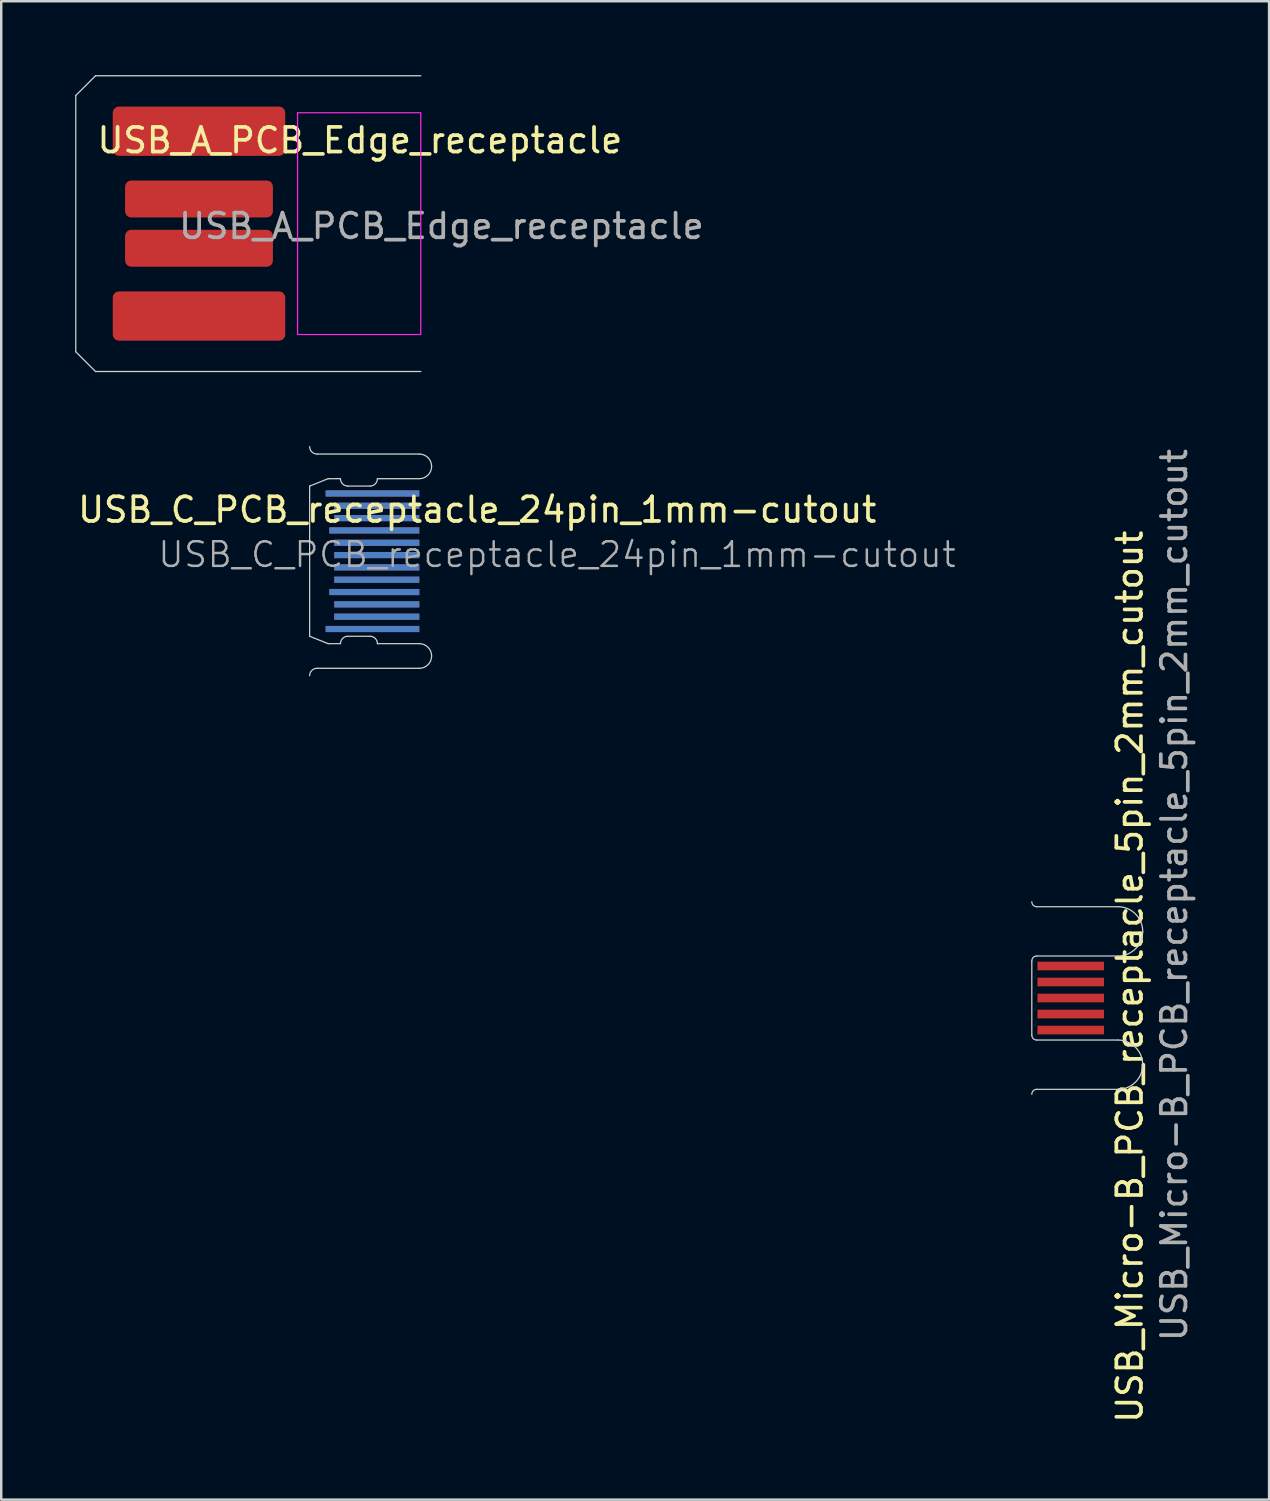
<source format=kicad_pcb>
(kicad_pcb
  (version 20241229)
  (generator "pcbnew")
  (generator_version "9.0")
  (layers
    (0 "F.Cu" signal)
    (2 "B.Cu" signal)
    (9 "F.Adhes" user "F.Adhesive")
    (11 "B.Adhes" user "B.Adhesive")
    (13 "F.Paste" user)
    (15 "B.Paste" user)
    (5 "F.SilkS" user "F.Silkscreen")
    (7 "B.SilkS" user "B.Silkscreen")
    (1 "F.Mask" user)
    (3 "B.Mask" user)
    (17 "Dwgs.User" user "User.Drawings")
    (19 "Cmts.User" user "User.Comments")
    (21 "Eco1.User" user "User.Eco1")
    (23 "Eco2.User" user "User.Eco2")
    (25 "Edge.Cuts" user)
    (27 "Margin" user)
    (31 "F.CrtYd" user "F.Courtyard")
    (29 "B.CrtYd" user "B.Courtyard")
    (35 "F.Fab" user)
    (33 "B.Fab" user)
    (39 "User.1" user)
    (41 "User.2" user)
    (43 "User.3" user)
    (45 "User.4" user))
  (footprint "USB_A_PCB_Edge_receptacle"
    (layer "F.Cu")
    (at 5.025 6.025)
    (property "Reference" "USB_A_PCB_Edge_receptacle" (at 6.53 -3.38 0) (layer "F.SilkS") (effects (font (size 1 1) (thickness 0.15))))
    (attr smd)
    (fp_line (start -5 -5.2) (end -5 5.2) (stroke (width 0.05) (type default)) (layer "Edge.Cuts"))
    (fp_line (start -5 -5.2) (end -4.2 -6) (stroke (width 0.05) (type default)) (layer "Edge.Cuts"))
    (fp_line (start -5 5.2) (end -4.2 6) (stroke (width 0.05) (type default)) (layer "Edge.Cuts"))
    (fp_line (start 9 -6) (end -4.2 -6) (stroke (width 0.05) (type default)) (layer "Edge.Cuts"))
    (fp_line (start 9 6) (end -4.2 6) (stroke (width 0.05) (type default)) (layer "Edge.Cuts"))
    (fp_rect (start 4 -4.5) (end 9 4.5) (stroke (width 0.05) (type default)) (fill no) (layer "F.CrtYd"))
    (fp_text user "${REFERENCE}" (at 9.84 0.1 180) (layer "F.Fab") (effects (font (size 1 1) (thickness 0.15))))
    (pad "1" smd roundrect (at 0 3.75) (size 7 2) (layers "F.Cu" "F.Mask" "F.Paste") (roundrect_rratio 0.125))
    (pad "2" smd roundrect (at 0 1) (size 6 1.5) (layers "F.Cu" "F.Mask" "F.Paste") (roundrect_rratio 0.167))
    (pad "3" smd roundrect (at 0 -1) (size 6 1.5) (layers "F.Cu" "F.Mask" "F.Paste") (roundrect_rratio 0.167))
    (pad "4" smd roundrect (at 0 -3.75) (size 7 2) (layers "F.Cu" "F.Mask" "F.Paste") (roundrect_rratio 0.125)))
  (footprint "USB_C_PCB_receptacle_24pin_1mm-cutout"
    (layer "F.Cu")
    (at 12.065 19.725)
    (property "Reference" "USB_C_PCB_receptacle_24pin_1mm-cutout" (at 4.25 -2.09 0) (layer "F.SilkS") (effects (font (size 1 1) (thickness 0.15))))
    (attr smd)
    (fp_line (start -2.55 -3.05) (end -2.55 3.045) (stroke (width 0.05) (type default)) (layer "Edge.Cuts"))
    (fp_line (start -2.55 -3.05) (end -1.8 -3.35) (stroke (width 0.05) (type default)) (layer "Edge.Cuts"))
    (fp_line (start -2.55 3.045) (end -1.8 3.345) (stroke (width 0.05) (type default)) (layer "Edge.Cuts"))
    (fp_line (start -2.25 4.345) (end 1.9 4.345) (stroke (width 0.05) (type default)) (layer "Edge.Cuts"))
    (fp_line (start -1.8 -3.35) (end -1.3 -3.35) (stroke (width 0.05) (type default)) (layer "Edge.Cuts"))
    (fp_line (start -1.3 3.345) (end -1.8 3.345) (stroke (width 0.05) (type default)) (layer "Edge.Cuts"))
    (fp_line (start -1 -3.05) (end -0.1 -3.05) (stroke (width 0.05) (type default)) (layer "Edge.Cuts"))
    (fp_line (start -0.1 3.045) (end -1 3.045) (stroke (width 0.05) (type default)) (layer "Edge.Cuts"))
    (fp_line (start 1.9 -4.35) (end -2.25 -4.35) (stroke (width 0.05) (type default)) (layer "Edge.Cuts"))
    (fp_line (start 1.9 -3.35) (end 0.2 -3.35) (stroke (width 0.05) (type default)) (layer "Edge.Cuts"))
    (fp_line (start 1.9 3.345) (end 0.2 3.345) (stroke (width 0.05) (type default)) (layer "Edge.Cuts"))
    (fp_arc (start -2.55 4.645) (mid -2.462132 4.432868) (end -2.25 4.345) (stroke (width 0.05) (type default)) (layer "Edge.Cuts"))
    (fp_arc (start -2.25 -4.35) (mid -2.462132 -4.437868) (end -2.55 -4.65) (stroke (width 0.05) (type default)) (layer "Edge.Cuts"))
    (fp_arc (start -1.3 3.345) (mid -1.212132 3.132868) (end -1 3.045) (stroke (width 0.05) (type default)) (layer "Edge.Cuts"))
    (fp_arc (start -1 -3.05) (mid -1.212132 -3.137868) (end -1.3 -3.35) (stroke (width 0.05) (type default)) (layer "Edge.Cuts"))
    (fp_arc (start -0.1 3.045) (mid 0.112132 3.132868) (end 0.2 3.345) (stroke (width 0.05) (type default)) (layer "Edge.Cuts"))
    (fp_arc (start 0.2 -3.35) (mid 0.112132 -3.137868) (end -0.1 -3.05) (stroke (width 0.05) (type default)) (layer "Edge.Cuts"))
    (fp_arc (start 1.9 -4.35) (mid 2.253553 -4.203553) (end 2.4 -3.85) (stroke (width 0.05) (type default)) (layer "Edge.Cuts"))
    (fp_arc (start 1.9 3.345) (mid 2.253553 3.491447) (end 2.4 3.845) (stroke (width 0.05) (type default)) (layer "Edge.Cuts"))
    (fp_arc (start 2.4 -3.85) (mid 2.253553 -3.496447) (end 1.9 -3.35) (stroke (width 0.05) (type default)) (layer "Edge.Cuts"))
    (fp_arc (start 2.4 3.845) (mid 2.253553 4.198553) (end 1.9 4.345) (stroke (width 0.05) (type default)) (layer "Edge.Cuts"))
    (fp_text user "${REFERENCE}" (at 7.49 -0.27 0) (layer "F.Fab") (effects (font (size 1 1) (thickness 0.1))))
    (pad "A1" smd rect (at 0 -2.75 270) (size 0.25 3.8) (layers "F.Cu" "F.Mask" "F.Paste"))
    (pad "A2" smd rect (at 0.175 -2.25 270) (size 0.25 3.45) (layers "F.Cu" "F.Mask" "F.Paste"))
    (pad "A3" smd rect (at 0.175 -1.75 270) (size 0.25 3.45) (layers "F.Cu" "F.Mask" "F.Paste"))
    (pad "A4" smd rect (at 0.075 -1.25 270) (size 0.25 3.65) (layers "F.Cu" "F.Mask" "F.Paste"))
    (pad "A5" smd rect (at 0.175 -0.75 270) (size 0.25 3.45) (layers "F.Cu" "F.Mask" "F.Paste"))
    (pad "A6" smd rect (at 0.175 -0.25 270) (size 0.25 3.45) (layers "F.Cu" "F.Mask" "F.Paste"))
    (pad "A7" smd rect (at 0.175 0.25 270) (size 0.25 3.45) (layers "F.Cu" "F.Mask" "F.Paste"))
    (pad "A8" smd rect (at 0.175 0.75 270) (size 0.25 3.45) (layers "F.Cu" "F.Mask" "F.Paste"))
    (pad "A9" smd rect (at 0.075 1.25 270) (size 0.25 3.65) (layers "F.Cu" "F.Mask" "F.Paste"))
    (pad "A10" smd rect (at 0.175 1.75 270) (size 0.25 3.45) (layers "F.Cu" "F.Mask" "F.Paste"))
    (pad "A11" smd rect (at 0.175 2.25 270) (size 0.25 3.45) (layers "F.Cu" "F.Mask" "F.Paste"))
    (pad "A12" smd rect (at 0 2.75 270) (size 0.25 3.8) (layers "F.Cu" "F.Mask" "F.Paste"))
    (pad "B1" smd rect (at 0 2.75 270) (size 0.25 3.8) (layers "B.Cu" "B.Mask" "B.Paste"))
    (pad "B2" smd rect (at 0.175 2.25 270) (size 0.25 3.45) (layers "B.Cu" "B.Mask" "B.Paste"))
    (pad "B3" smd rect (at 0.175 1.75 270) (size 0.25 3.45) (layers "B.Cu" "B.Mask" "B.Paste"))
    (pad "B4" smd rect (at 0.075 1.25 270) (size 0.25 3.65) (layers "B.Cu" "B.Mask" "B.Paste"))
    (pad "B5" smd rect (at 0.175 0.75 270) (size 0.25 3.45) (layers "B.Cu" "B.Mask" "B.Paste"))
    (pad "B6" smd rect (at 0.175 0.25 270) (size 0.25 3.45) (layers "B.Cu" "B.Mask" "B.Paste"))
    (pad "B7" smd rect (at 0.175 -0.25 270) (size 0.25 3.45) (layers "B.Cu" "B.Mask" "B.Paste"))
    (pad "B8" smd rect (at 0.175 -0.75 270) (size 0.25 3.45) (layers "B.Cu" "B.Mask" "B.Paste"))
    (pad "B9" smd rect (at 0.075 -1.25 270) (size 0.25 3.65) (layers "B.Cu" "B.Mask" "B.Paste"))
    (pad "B10" smd rect (at 0.175 -1.75 270) (size 0.25 3.45) (layers "B.Cu" "B.Mask" "B.Paste"))
    (pad "B11" smd rect (at 0.175 -2.25 270) (size 0.25 3.45) (layers "B.Cu" "B.Mask" "B.Paste"))
    (pad "B12" smd rect (at 0 -2.75 270) (size 0.25 3.8) (layers "B.Cu" "B.Mask" "B.Paste")))
  (footprint "USB_Micro-B_PCB_receptacle_5pin_2mm_cutout"
    (layer "F.Cu")
    (at 40.401 37.45)
    (property "Reference" "USB_Micro-B_PCB_receptacle_5pin_2mm_cutout" (at 2.395 -0.865 270) (layer "F.SilkS") (effects (font (size 1 1) (thickness 0.15))))
    (attr smd)
    (fp_line (start -1.58 -1.505) (end -1.58 1.505) (stroke (width 0.05) (type default)) (layer "Edge.Cuts"))
    (fp_line (start -1.38 1.705) (end 1.92 1.705) (stroke (width 0.05) (type default)) (layer "Edge.Cuts"))
    (fp_line (start 1.92 -3.705) (end -1.38 -3.705) (stroke (width 0.05) (type default)) (layer "Edge.Cuts"))
    (fp_line (start 1.92 -1.705) (end -1.38 -1.705) (stroke (width 0.05) (type default)) (layer "Edge.Cuts"))
    (fp_line (start 1.92 3.705) (end -1.38 3.705) (stroke (width 0.05) (type default)) (layer "Edge.Cuts"))
    (fp_arc (start -1.58 -1.505) (mid -1.521421 -1.646421) (end -1.38 -1.705) (stroke (width 0.05) (type default)) (layer "Edge.Cuts"))
    (fp_arc (start -1.58 3.905) (mid -1.521421 3.763579) (end -1.38 3.705) (stroke (width 0.05) (type default)) (layer "Edge.Cuts"))
    (fp_arc (start -1.38 -3.705) (mid -1.521421 -3.763579) (end -1.58 -3.905) (stroke (width 0.05) (type default)) (layer "Edge.Cuts"))
    (fp_arc (start -1.38 1.705) (mid -1.521421 1.646421) (end -1.58 1.505) (stroke (width 0.05) (type default)) (layer "Edge.Cuts"))
    (fp_arc (start 1.92 -3.705) (mid 2.627107 -3.412107) (end 2.92 -2.705) (stroke (width 0.05) (type default)) (layer "Edge.Cuts"))
    (fp_arc (start 1.92 1.705) (mid 2.627107 1.997893) (end 2.92 2.705) (stroke (width 0.05) (type default)) (layer "Edge.Cuts"))
    (fp_arc (start 2.92 -2.705) (mid 2.627107 -1.997893) (end 1.92 -1.705) (stroke (width 0.05) (type default)) (layer "Edge.Cuts"))
    (fp_arc (start 2.92 2.705) (mid 2.627107 3.412107) (end 1.92 3.705) (stroke (width 0.05) (type default)) (layer "Edge.Cuts"))
    (fp_text user "${REFERENCE}" (at 4.2 -4.18 90) (layer "F.Fab") (effects (font (size 1 1) (thickness 0.15))))
    (pad "1" smd rect (at 0 1.3 90) (size 0.35 2.7) (layers "F.Cu" "F.Mask" "F.Paste"))
    (pad "2" smd rect (at 0 0.65 90) (size 0.35 2.7) (layers "F.Cu" "F.Mask" "F.Paste"))
    (pad "3" smd rect (at 0 0 90) (size 0.35 2.7) (layers "F.Cu" "F.Mask" "F.Paste"))
    (pad "4" smd rect (at 0 -0.65 90) (size 0.35 2.7) (layers "F.Cu" "F.Mask" "F.Paste"))
    (pad "5" smd rect (at 0 -1.3 90) (size 0.35 2.7) (layers "F.Cu" "F.Mask" "F.Paste")))
  (gr_rect
    (start -3 -3)
    (end 48.449 57.805)
    (stroke (width 0.1) (type default))
    (fill no)
    (layer "Edge.Cuts")))
</source>
